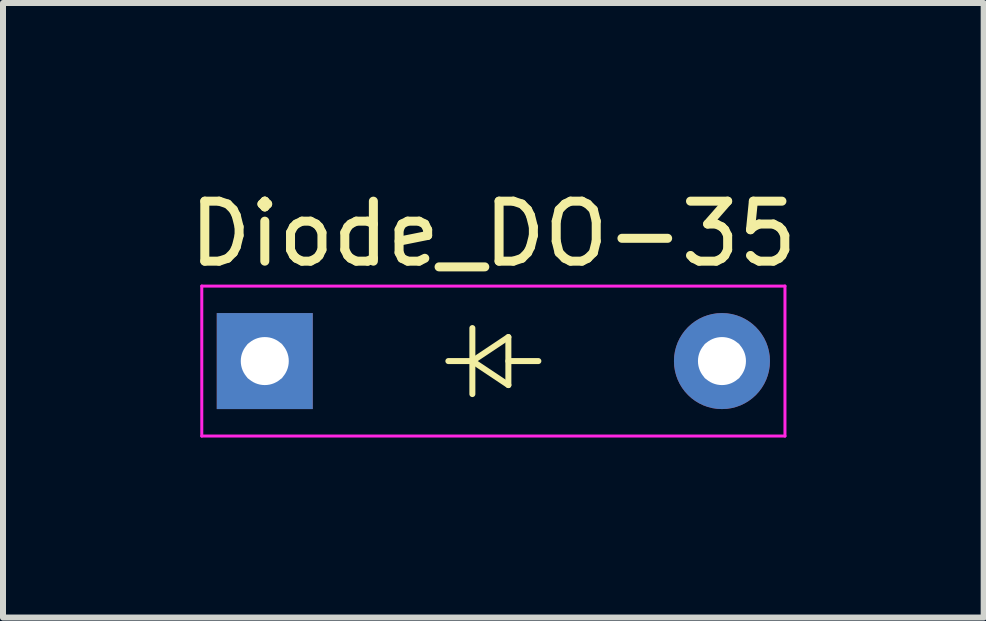
<source format=kicad_pcb>
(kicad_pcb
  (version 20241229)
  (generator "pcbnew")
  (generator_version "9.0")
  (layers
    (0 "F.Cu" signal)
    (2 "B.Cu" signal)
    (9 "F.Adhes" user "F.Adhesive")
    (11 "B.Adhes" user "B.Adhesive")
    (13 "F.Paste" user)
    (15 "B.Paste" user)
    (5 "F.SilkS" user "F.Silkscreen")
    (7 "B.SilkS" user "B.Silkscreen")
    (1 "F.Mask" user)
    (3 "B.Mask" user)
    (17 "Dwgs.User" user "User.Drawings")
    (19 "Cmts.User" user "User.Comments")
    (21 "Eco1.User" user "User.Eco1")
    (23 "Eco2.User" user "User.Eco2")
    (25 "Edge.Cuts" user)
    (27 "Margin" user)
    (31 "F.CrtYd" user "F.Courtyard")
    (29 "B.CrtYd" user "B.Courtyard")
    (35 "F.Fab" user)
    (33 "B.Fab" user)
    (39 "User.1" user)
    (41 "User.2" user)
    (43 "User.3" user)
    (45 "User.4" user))
  (footprint "Diode_DO-35"
    (layer "F.Cu")
    (at 1.363 2.968)
    (property "Reference" "Diode_DO-35" (at 3.81 -2.12 0) (layer "F.SilkS") (effects (font (size 1 1) (thickness 0.15))))
    (attr through_hole)
    (fp_line (start 3.06 0) (end 3.46 0) (stroke (width 0.1) (type solid)) (layer "F.SilkS"))
    (fp_line (start 3.46 -0.55) (end 3.46 0.55) (stroke (width 0.1) (type solid)) (layer "F.SilkS"))
    (fp_line (start 3.46 0) (end 4.06 -0.4) (stroke (width 0.1) (type solid)) (layer "F.SilkS"))
    (fp_line (start 4.06 -0.4) (end 4.06 0.4) (stroke (width 0.1) (type solid)) (layer "F.SilkS"))
    (fp_line (start 4.06 0) (end 4.56 0) (stroke (width 0.1) (type solid)) (layer "F.SilkS"))
    (fp_line (start 4.06 0.4) (end 3.46 0) (stroke (width 0.1) (type solid)) (layer "F.SilkS"))
    (fp_line (start -0.25 -0.25) (end 0.25 0.25) (stroke (width 0.1) (type default)) (layer "Dwgs.User"))
    (fp_line (start 0.25 -0.25) (end -0.25 0.25) (stroke (width 0.1) (type default)) (layer "Dwgs.User"))
    (fp_line (start 7.37 -0.25) (end 7.87 0.25) (stroke (width 0.1) (type default)) (layer "Dwgs.User"))
    (fp_line (start 7.87 -0.25) (end 7.37 0.25) (stroke (width 0.1) (type default)) (layer "Dwgs.User"))
    (fp_line (start -1.05 -1.25) (end -1.05 1.25) (stroke (width 0.05) (type solid)) (layer "F.CrtYd"))
    (fp_line (start -1.05 1.25) (end 8.67 1.25) (stroke (width 0.05) (type solid)) (layer "F.CrtYd"))
    (fp_line (start 8.67 -1.25) (end -1.05 -1.25) (stroke (width 0.05) (type solid)) (layer "F.CrtYd"))
    (fp_line (start 8.67 1.25) (end 8.67 -1.25) (stroke (width 0.05) (type solid)) (layer "F.CrtYd"))
    (pad "1" thru_hole rect (at 0 0) (size 1.6 1.6) (drill 0.8) (layers "*.Cu" "*.Mask"))
    (pad "2" thru_hole oval (at 7.62 0) (size 1.6 1.6) (drill 0.8) (layers "*.Cu" "*.Mask")))
  (gr_rect
    (start -3 -3)
    (end 13.345 7.243)
    (stroke (width 0.1) (type default))
    (fill no)
    (layer "Edge.Cuts")))
</source>
